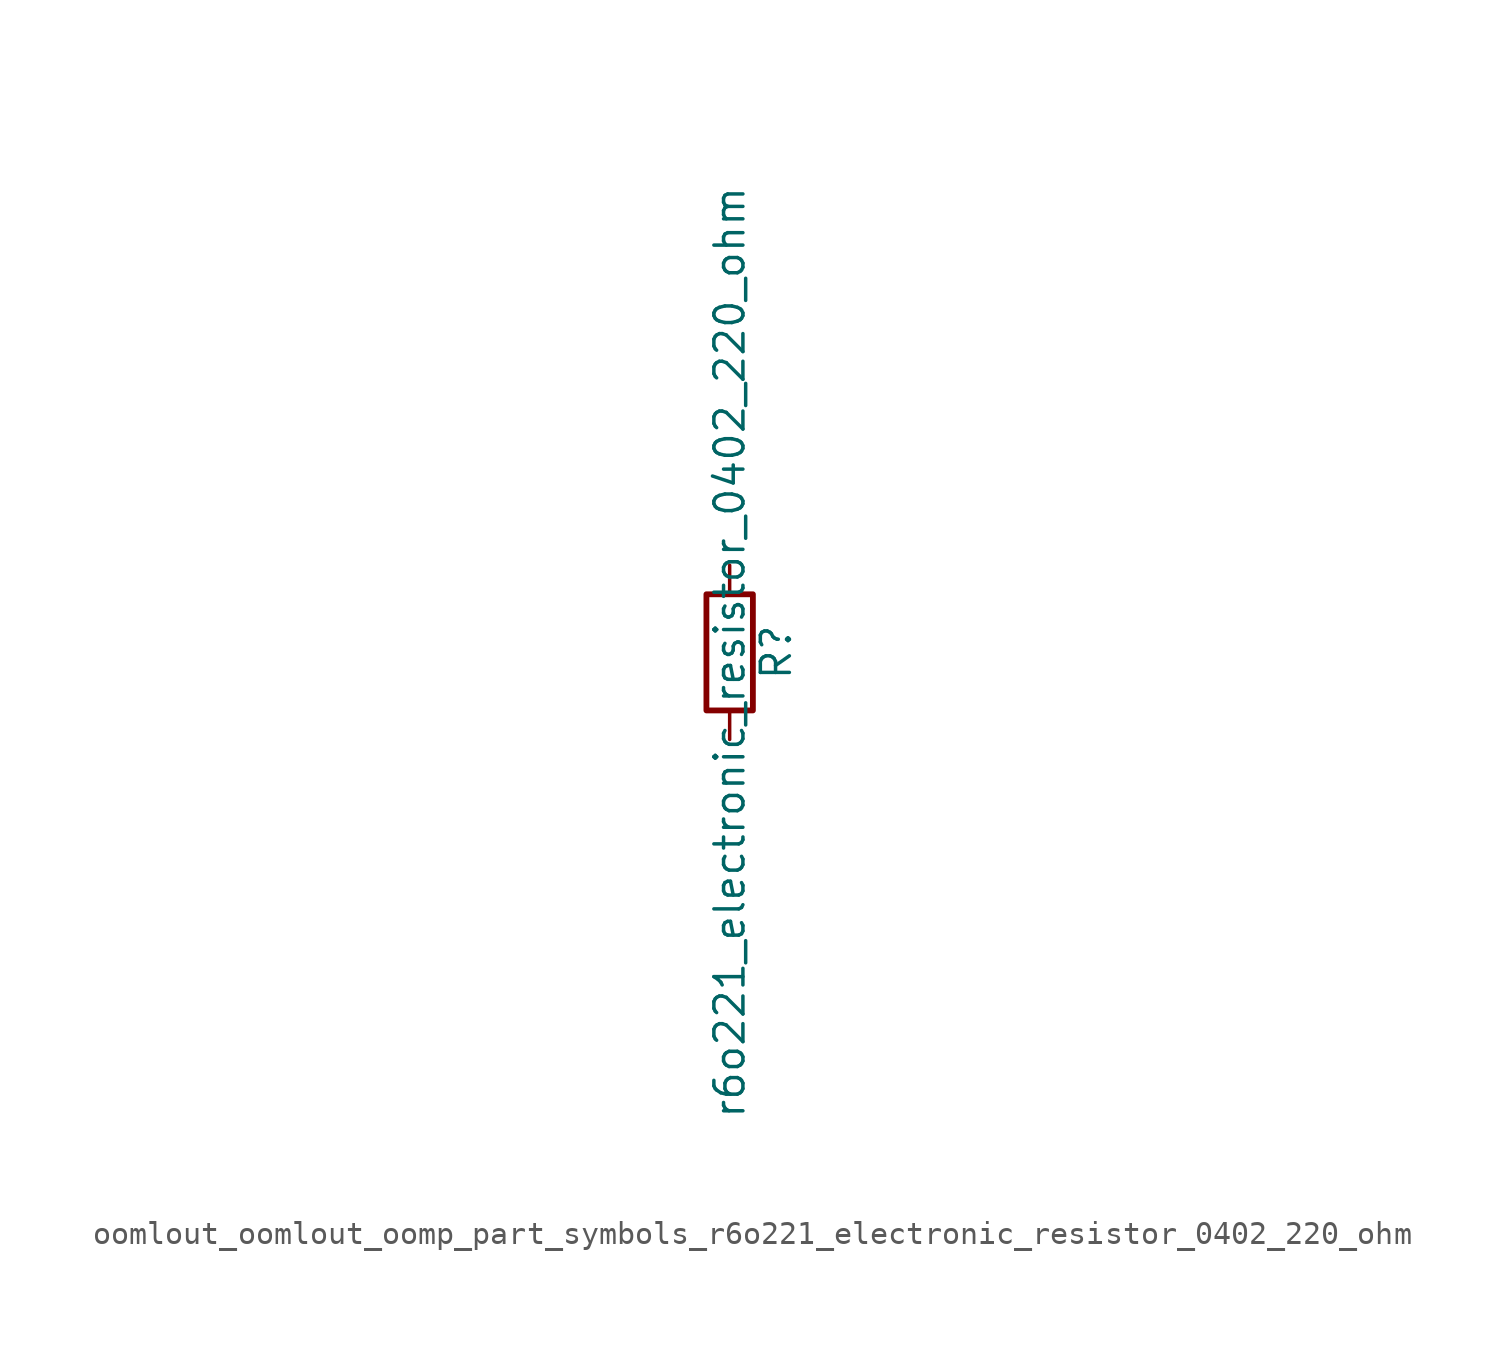
<source format=kicad_sym>
(kicad_symbol_lib
  (version 20220914)
  (generator kicad_symbol_editor)
  (symbol "oomlout_oomlout_oomp_part_symbols_r6o221_electronic_resistor_0402_220_ohm"
    (pin_numbers hide)
    (pin_names
      (offset 0))
    (property "Reference" "R"
      (at 2.032 0 90)
      (effects (font (size 1.27 1.27))))
    (property "Value" "r6o221_electronic_resistor_0402_220_ohm"
      (at 0 0 90)
      (effects (font (size 1.27 1.27))))
    (symbol "oomlout_oomlout_oomp_part_symbols_r6o221_electronic_resistor_0402_220_ohm_0_1"
      (rectangle (start -1.016 -2.54) (end 1.016 2.54) (stroke (width 0.254) (type default)) (fill (type none))))
    (symbol "oomlout_oomlout_oomp_part_symbols_r6o221_electronic_resistor_0402_220_ohm_1_1"
      (pin passive line (at 0 3.81 270) (length 1.27) (name "~" (effects (font (size 1.27 1.27)))) (number "1" (effects (font (size 1.27 1.27)))))
      (pin passive line (at 0 -3.81 90) (length 1.27) (name "~" (effects (font (size 1.27 1.27)))) (number "2" (effects (font (size 1.27 1.27))))))))
</source>
